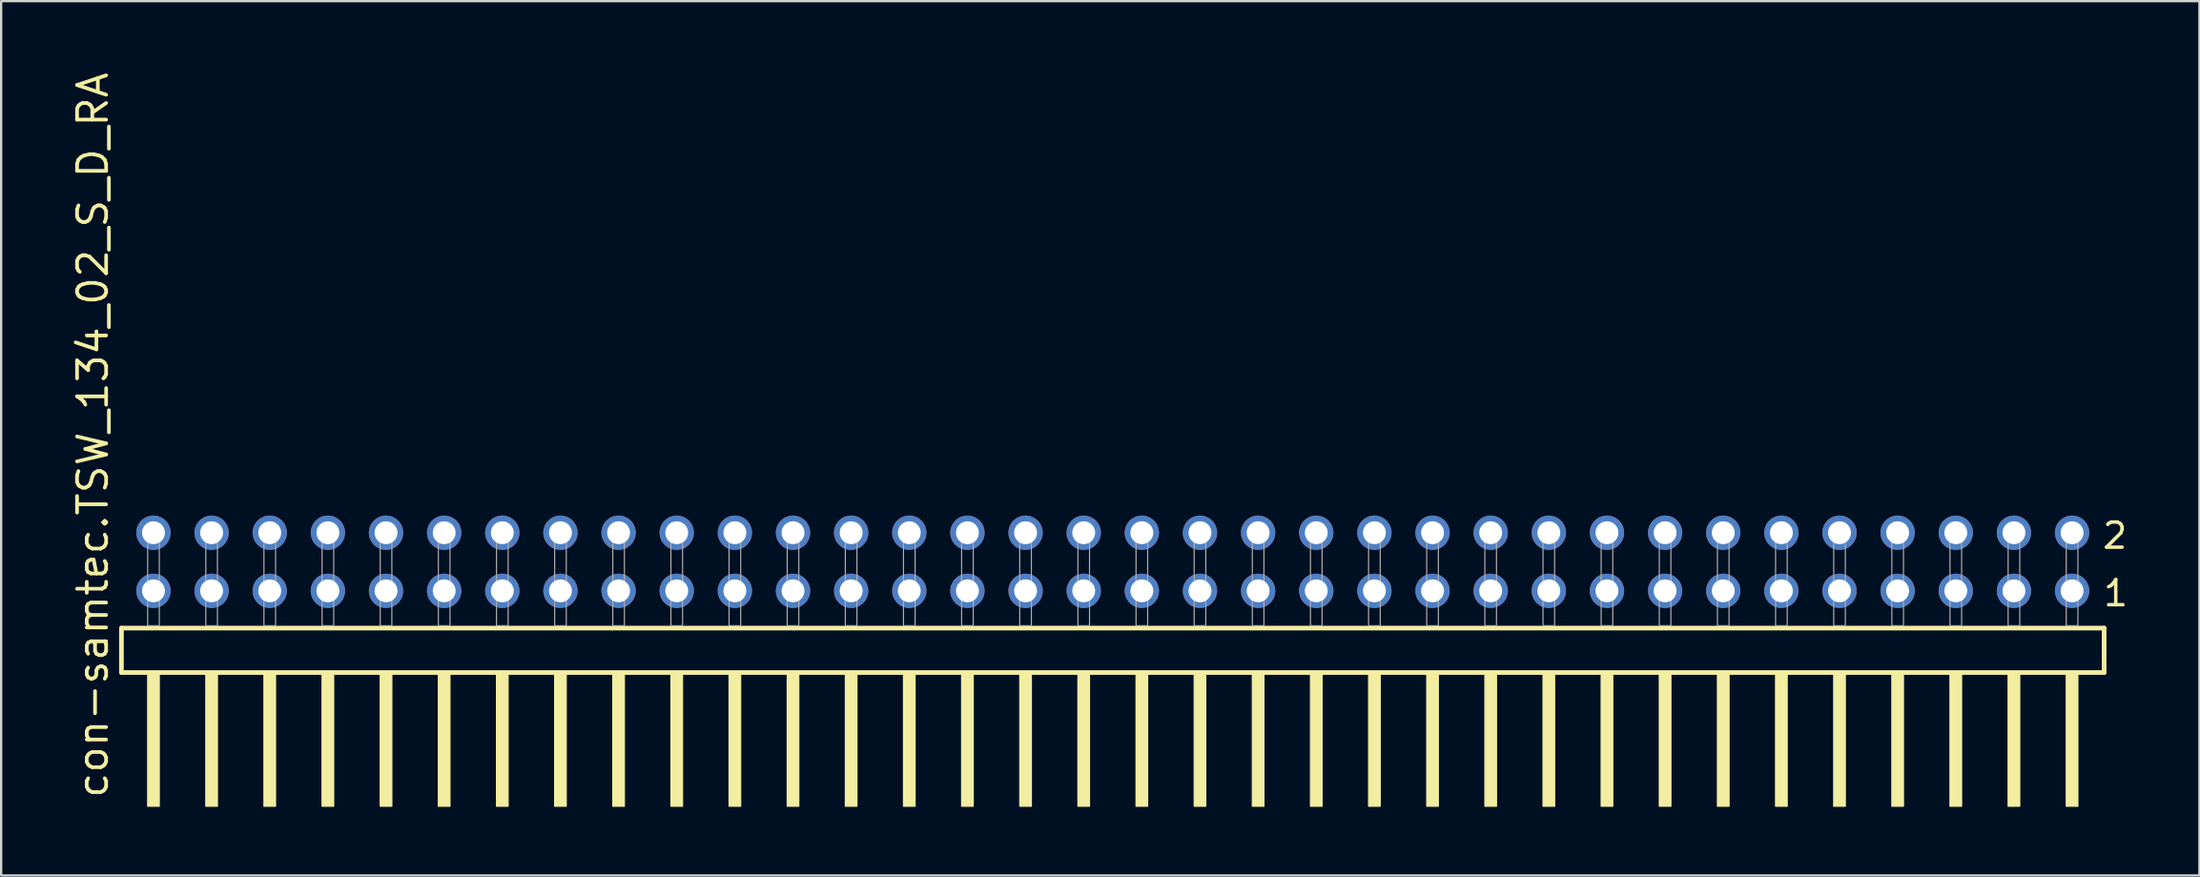
<source format=kicad_pcb>
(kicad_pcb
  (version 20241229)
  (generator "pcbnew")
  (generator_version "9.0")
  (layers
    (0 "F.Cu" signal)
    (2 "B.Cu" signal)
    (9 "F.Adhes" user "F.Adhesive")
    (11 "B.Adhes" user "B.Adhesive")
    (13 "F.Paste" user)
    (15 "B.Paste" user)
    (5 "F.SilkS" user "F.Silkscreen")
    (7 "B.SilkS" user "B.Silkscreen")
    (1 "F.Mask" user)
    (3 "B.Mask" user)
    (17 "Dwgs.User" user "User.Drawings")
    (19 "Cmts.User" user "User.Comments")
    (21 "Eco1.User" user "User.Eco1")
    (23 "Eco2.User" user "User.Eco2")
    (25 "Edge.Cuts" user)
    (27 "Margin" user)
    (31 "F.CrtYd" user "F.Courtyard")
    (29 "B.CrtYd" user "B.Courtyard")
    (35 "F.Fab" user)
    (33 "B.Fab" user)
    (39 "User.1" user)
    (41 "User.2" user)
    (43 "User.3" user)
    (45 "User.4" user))
  (footprint "con-samtec.TSW_134_02_S_D_RA"
    (layer "F.Cu")
    (at 45.565 24.296)
    (property "Reference" "con-samtec.TSW_134_02_S_D_RA" (at -43.815 7.62 90) (layer "F.SilkS") (effects (font (size 1.27 1.27) (thickness 0.16)) (justify left bottom)))
    (attr through_hole)
    (fp_line (start -43.309 0.106) (end -43.309 2.046) (stroke (width 0.203) (type default)) (layer "F.SilkS"))
    (fp_line (start -43.309 2.046) (end 43.309 2.046) (stroke (width 0.203) (type default)) (layer "F.SilkS"))
    (fp_line (start 43.309 0.106) (end -43.309 0.106) (stroke (width 0.203) (type default)) (layer "F.SilkS"))
    (fp_line (start 43.309 2.046) (end 43.309 0.106) (stroke (width 0.203) (type default)) (layer "F.SilkS"))
    (fp_rect (start -42.164 7.89) (end -41.656 2.04) (stroke (width 0.05) (type default)) (fill yes) (layer "F.SilkS"))
    (fp_rect (start -39.624 7.89) (end -39.116 2.04) (stroke (width 0.05) (type default)) (fill yes) (layer "F.SilkS"))
    (fp_rect (start -37.084 7.89) (end -36.576 2.04) (stroke (width 0.05) (type default)) (fill yes) (layer "F.SilkS"))
    (fp_rect (start -34.544 7.89) (end -34.036 2.04) (stroke (width 0.05) (type default)) (fill yes) (layer "F.SilkS"))
    (fp_rect (start -32.004 7.89) (end -31.496 2.04) (stroke (width 0.05) (type default)) (fill yes) (layer "F.SilkS"))
    (fp_rect (start -29.464 7.89) (end -28.956 2.04) (stroke (width 0.05) (type default)) (fill yes) (layer "F.SilkS"))
    (fp_rect (start -26.924 7.89) (end -26.416 2.04) (stroke (width 0.05) (type default)) (fill yes) (layer "F.SilkS"))
    (fp_rect (start -24.384 7.89) (end -23.876 2.04) (stroke (width 0.05) (type default)) (fill yes) (layer "F.SilkS"))
    (fp_rect (start -21.844 7.89) (end -21.336 2.04) (stroke (width 0.05) (type default)) (fill yes) (layer "F.SilkS"))
    (fp_rect (start -19.304 7.89) (end -18.796 2.04) (stroke (width 0.05) (type default)) (fill yes) (layer "F.SilkS"))
    (fp_rect (start -16.764 7.89) (end -16.256 2.04) (stroke (width 0.05) (type default)) (fill yes) (layer "F.SilkS"))
    (fp_rect (start -14.224 7.89) (end -13.716 2.04) (stroke (width 0.05) (type default)) (fill yes) (layer "F.SilkS"))
    (fp_rect (start -11.684 7.89) (end -11.176 2.04) (stroke (width 0.05) (type default)) (fill yes) (layer "F.SilkS"))
    (fp_rect (start -9.144 7.89) (end -8.636 2.04) (stroke (width 0.05) (type default)) (fill yes) (layer "F.SilkS"))
    (fp_rect (start -6.604 7.89) (end -6.096 2.04) (stroke (width 0.05) (type default)) (fill yes) (layer "F.SilkS"))
    (fp_rect (start -4.064 7.89) (end -3.556 2.04) (stroke (width 0.05) (type default)) (fill yes) (layer "F.SilkS"))
    (fp_rect (start -1.524 7.89) (end -1.016 2.04) (stroke (width 0.05) (type default)) (fill yes) (layer "F.SilkS"))
    (fp_rect (start 1.016 7.89) (end 1.524 2.04) (stroke (width 0.05) (type default)) (fill yes) (layer "F.SilkS"))
    (fp_rect (start 3.556 7.89) (end 4.064 2.04) (stroke (width 0.05) (type default)) (fill yes) (layer "F.SilkS"))
    (fp_rect (start 6.096 7.89) (end 6.604 2.04) (stroke (width 0.05) (type default)) (fill yes) (layer "F.SilkS"))
    (fp_rect (start 8.636 7.89) (end 9.144 2.04) (stroke (width 0.05) (type default)) (fill yes) (layer "F.SilkS"))
    (fp_rect (start 11.176 7.89) (end 11.684 2.04) (stroke (width 0.05) (type default)) (fill yes) (layer "F.SilkS"))
    (fp_rect (start 13.716 7.89) (end 14.224 2.04) (stroke (width 0.05) (type default)) (fill yes) (layer "F.SilkS"))
    (fp_rect (start 16.256 7.89) (end 16.764 2.04) (stroke (width 0.05) (type default)) (fill yes) (layer "F.SilkS"))
    (fp_rect (start 18.796 7.89) (end 19.304 2.04) (stroke (width 0.05) (type default)) (fill yes) (layer "F.SilkS"))
    (fp_rect (start 21.336 7.89) (end 21.844 2.04) (stroke (width 0.05) (type default)) (fill yes) (layer "F.SilkS"))
    (fp_rect (start 23.876 7.89) (end 24.384 2.04) (stroke (width 0.05) (type default)) (fill yes) (layer "F.SilkS"))
    (fp_rect (start 26.416 7.89) (end 26.924 2.04) (stroke (width 0.05) (type default)) (fill yes) (layer "F.SilkS"))
    (fp_rect (start 28.956 7.89) (end 29.464 2.04) (stroke (width 0.05) (type default)) (fill yes) (layer "F.SilkS"))
    (fp_rect (start 31.496 7.89) (end 32.004 2.04) (stroke (width 0.05) (type default)) (fill yes) (layer "F.SilkS"))
    (fp_rect (start 34.036 7.89) (end 34.544 2.04) (stroke (width 0.05) (type default)) (fill yes) (layer "F.SilkS"))
    (fp_rect (start 36.576 7.89) (end 37.084 2.04) (stroke (width 0.05) (type default)) (fill yes) (layer "F.SilkS"))
    (fp_rect (start 39.116 7.89) (end 39.624 2.04) (stroke (width 0.05) (type default)) (fill yes) (layer "F.SilkS"))
    (fp_rect (start 41.656 7.89) (end 42.164 2.04) (stroke (width 0.05) (type default)) (fill yes) (layer "F.SilkS"))
    (fp_rect (start -42.164 0) (end -41.656 -4.318) (stroke (width 0.05) (type default)) (fill no) (layer "F.Fab"))
    (fp_rect (start -39.624 0) (end -39.116 -4.318) (stroke (width 0.05) (type default)) (fill no) (layer "F.Fab"))
    (fp_rect (start -37.084 0) (end -36.576 -4.318) (stroke (width 0.05) (type default)) (fill no) (layer "F.Fab"))
    (fp_rect (start -34.544 0) (end -34.036 -4.318) (stroke (width 0.05) (type default)) (fill no) (layer "F.Fab"))
    (fp_rect (start -32.004 0) (end -31.496 -4.318) (stroke (width 0.05) (type default)) (fill no) (layer "F.Fab"))
    (fp_rect (start -29.464 0) (end -28.956 -4.318) (stroke (width 0.05) (type default)) (fill no) (layer "F.Fab"))
    (fp_rect (start -26.924 0) (end -26.416 -4.318) (stroke (width 0.05) (type default)) (fill no) (layer "F.Fab"))
    (fp_rect (start -24.384 0) (end -23.876 -4.318) (stroke (width 0.05) (type default)) (fill no) (layer "F.Fab"))
    (fp_rect (start -21.844 0) (end -21.336 -4.318) (stroke (width 0.05) (type default)) (fill no) (layer "F.Fab"))
    (fp_rect (start -19.304 0) (end -18.796 -4.318) (stroke (width 0.05) (type default)) (fill no) (layer "F.Fab"))
    (fp_rect (start -16.764 0) (end -16.256 -4.318) (stroke (width 0.05) (type default)) (fill no) (layer "F.Fab"))
    (fp_rect (start -14.224 0) (end -13.716 -4.318) (stroke (width 0.05) (type default)) (fill no) (layer "F.Fab"))
    (fp_rect (start -11.684 0) (end -11.176 -4.318) (stroke (width 0.05) (type default)) (fill no) (layer "F.Fab"))
    (fp_rect (start -9.144 0) (end -8.636 -4.318) (stroke (width 0.05) (type default)) (fill no) (layer "F.Fab"))
    (fp_rect (start -6.604 0) (end -6.096 -4.318) (stroke (width 0.05) (type default)) (fill no) (layer "F.Fab"))
    (fp_rect (start -4.064 0) (end -3.556 -4.318) (stroke (width 0.05) (type default)) (fill no) (layer "F.Fab"))
    (fp_rect (start -1.524 0) (end -1.016 -4.318) (stroke (width 0.05) (type default)) (fill no) (layer "F.Fab"))
    (fp_rect (start 1.016 0) (end 1.524 -4.318) (stroke (width 0.05) (type default)) (fill no) (layer "F.Fab"))
    (fp_rect (start 3.556 0) (end 4.064 -4.318) (stroke (width 0.05) (type default)) (fill no) (layer "F.Fab"))
    (fp_rect (start 6.096 0) (end 6.604 -4.318) (stroke (width 0.05) (type default)) (fill no) (layer "F.Fab"))
    (fp_rect (start 8.636 0) (end 9.144 -4.318) (stroke (width 0.05) (type default)) (fill no) (layer "F.Fab"))
    (fp_rect (start 11.176 0) (end 11.684 -4.318) (stroke (width 0.05) (type default)) (fill no) (layer "F.Fab"))
    (fp_rect (start 13.716 0) (end 14.224 -4.318) (stroke (width 0.05) (type default)) (fill no) (layer "F.Fab"))
    (fp_rect (start 16.256 0) (end 16.764 -4.318) (stroke (width 0.05) (type default)) (fill no) (layer "F.Fab"))
    (fp_rect (start 18.796 0) (end 19.304 -4.318) (stroke (width 0.05) (type default)) (fill no) (layer "F.Fab"))
    (fp_rect (start 21.336 0) (end 21.844 -4.318) (stroke (width 0.05) (type default)) (fill no) (layer "F.Fab"))
    (fp_rect (start 23.876 0) (end 24.384 -4.318) (stroke (width 0.05) (type default)) (fill no) (layer "F.Fab"))
    (fp_rect (start 26.416 0) (end 26.924 -4.318) (stroke (width 0.05) (type default)) (fill no) (layer "F.Fab"))
    (fp_rect (start 28.956 0) (end 29.464 -4.318) (stroke (width 0.05) (type default)) (fill no) (layer "F.Fab"))
    (fp_rect (start 31.496 0) (end 32.004 -4.318) (stroke (width 0.05) (type default)) (fill no) (layer "F.Fab"))
    (fp_rect (start 34.036 0) (end 34.544 -4.318) (stroke (width 0.05) (type default)) (fill no) (layer "F.Fab"))
    (fp_rect (start 36.576 0) (end 37.084 -4.318) (stroke (width 0.05) (type default)) (fill no) (layer "F.Fab"))
    (fp_rect (start 39.116 0) (end 39.624 -4.318) (stroke (width 0.05) (type default)) (fill no) (layer "F.Fab"))
    (fp_rect (start 41.656 0) (end 42.164 -4.318) (stroke (width 0.05) (type default)) (fill no) (layer "F.Fab"))
    (fp_text user "1" (at 43.195 -0.775 0) (layer "F.SilkS") (effects (font (size 1.1 1.1) (thickness 0.15)) (justify left bottom)))
    (fp_text user "2" (at 43.16 -3.29 0) (layer "F.SilkS") (effects (font (size 1.1 1.1) (thickness 0.15)) (justify left bottom)))
    (pad "1" thru_hole circle (at 41.91 -1.524 180) (size 1.5 1.5) (drill 1) (layers "*.Cu" "*.Mask"))
    (pad "2" thru_hole circle (at 41.91 -4.064 180) (size 1.5 1.5) (drill 1) (layers "*.Cu" "*.Mask"))
    (pad "3" thru_hole circle (at 39.37 -1.524 180) (size 1.5 1.5) (drill 1) (layers "*.Cu" "*.Mask"))
    (pad "4" thru_hole circle (at 39.37 -4.064 180) (size 1.5 1.5) (drill 1) (layers "*.Cu" "*.Mask"))
    (pad "5" thru_hole circle (at 36.83 -1.524 180) (size 1.5 1.5) (drill 1) (layers "*.Cu" "*.Mask"))
    (pad "6" thru_hole circle (at 36.83 -4.064 180) (size 1.5 1.5) (drill 1) (layers "*.Cu" "*.Mask"))
    (pad "7" thru_hole circle (at 34.29 -1.524 180) (size 1.5 1.5) (drill 1) (layers "*.Cu" "*.Mask"))
    (pad "8" thru_hole circle (at 34.29 -4.064 180) (size 1.5 1.5) (drill 1) (layers "*.Cu" "*.Mask"))
    (pad "9" thru_hole circle (at 31.75 -1.524 180) (size 1.5 1.5) (drill 1) (layers "*.Cu" "*.Mask"))
    (pad "10" thru_hole circle (at 31.75 -4.064 180) (size 1.5 1.5) (drill 1) (layers "*.Cu" "*.Mask"))
    (pad "11" thru_hole circle (at 29.21 -1.524 180) (size 1.5 1.5) (drill 1) (layers "*.Cu" "*.Mask"))
    (pad "12" thru_hole circle (at 29.21 -4.064 180) (size 1.5 1.5) (drill 1) (layers "*.Cu" "*.Mask"))
    (pad "13" thru_hole circle (at 26.67 -1.524 180) (size 1.5 1.5) (drill 1) (layers "*.Cu" "*.Mask"))
    (pad "14" thru_hole circle (at 26.67 -4.064 180) (size 1.5 1.5) (drill 1) (layers "*.Cu" "*.Mask"))
    (pad "15" thru_hole circle (at 24.13 -1.524 180) (size 1.5 1.5) (drill 1) (layers "*.Cu" "*.Mask"))
    (pad "16" thru_hole circle (at 24.13 -4.064 180) (size 1.5 1.5) (drill 1) (layers "*.Cu" "*.Mask"))
    (pad "17" thru_hole circle (at 21.59 -1.524 180) (size 1.5 1.5) (drill 1) (layers "*.Cu" "*.Mask"))
    (pad "18" thru_hole circle (at 21.59 -4.064 180) (size 1.5 1.5) (drill 1) (layers "*.Cu" "*.Mask"))
    (pad "19" thru_hole circle (at 19.05 -1.524 180) (size 1.5 1.5) (drill 1) (layers "*.Cu" "*.Mask"))
    (pad "20" thru_hole circle (at 19.05 -4.064 180) (size 1.5 1.5) (drill 1) (layers "*.Cu" "*.Mask"))
    (pad "21" thru_hole circle (at 16.51 -1.524 180) (size 1.5 1.5) (drill 1) (layers "*.Cu" "*.Mask"))
    (pad "22" thru_hole circle (at 16.51 -4.064 180) (size 1.5 1.5) (drill 1) (layers "*.Cu" "*.Mask"))
    (pad "23" thru_hole circle (at 13.97 -1.524 180) (size 1.5 1.5) (drill 1) (layers "*.Cu" "*.Mask"))
    (pad "24" thru_hole circle (at 13.97 -4.064 180) (size 1.5 1.5) (drill 1) (layers "*.Cu" "*.Mask"))
    (pad "25" thru_hole circle (at 11.43 -1.524 180) (size 1.5 1.5) (drill 1) (layers "*.Cu" "*.Mask"))
    (pad "26" thru_hole circle (at 11.43 -4.064 180) (size 1.5 1.5) (drill 1) (layers "*.Cu" "*.Mask"))
    (pad "27" thru_hole circle (at 8.89 -1.524 180) (size 1.5 1.5) (drill 1) (layers "*.Cu" "*.Mask"))
    (pad "28" thru_hole circle (at 8.89 -4.064 180) (size 1.5 1.5) (drill 1) (layers "*.Cu" "*.Mask"))
    (pad "29" thru_hole circle (at 6.35 -1.524 180) (size 1.5 1.5) (drill 1) (layers "*.Cu" "*.Mask"))
    (pad "30" thru_hole circle (at 6.35 -4.064 180) (size 1.5 1.5) (drill 1) (layers "*.Cu" "*.Mask"))
    (pad "31" thru_hole circle (at 3.81 -1.524 180) (size 1.5 1.5) (drill 1) (layers "*.Cu" "*.Mask"))
    (pad "32" thru_hole circle (at 3.81 -4.064 180) (size 1.5 1.5) (drill 1) (layers "*.Cu" "*.Mask"))
    (pad "33" thru_hole circle (at 1.27 -1.524 180) (size 1.5 1.5) (drill 1) (layers "*.Cu" "*.Mask"))
    (pad "34" thru_hole circle (at 1.27 -4.064 180) (size 1.5 1.5) (drill 1) (layers "*.Cu" "*.Mask"))
    (pad "35" thru_hole circle (at -1.27 -1.524 180) (size 1.5 1.5) (drill 1) (layers "*.Cu" "*.Mask"))
    (pad "36" thru_hole circle (at -1.27 -4.064 180) (size 1.5 1.5) (drill 1) (layers "*.Cu" "*.Mask"))
    (pad "37" thru_hole circle (at -3.81 -1.524 180) (size 1.5 1.5) (drill 1) (layers "*.Cu" "*.Mask"))
    (pad "38" thru_hole circle (at -3.81 -4.064 180) (size 1.5 1.5) (drill 1) (layers "*.Cu" "*.Mask"))
    (pad "39" thru_hole circle (at -6.35 -1.524 180) (size 1.5 1.5) (drill 1) (layers "*.Cu" "*.Mask"))
    (pad "40" thru_hole circle (at -6.35 -4.064 180) (size 1.5 1.5) (drill 1) (layers "*.Cu" "*.Mask"))
    (pad "41" thru_hole circle (at -8.89 -1.524 180) (size 1.5 1.5) (drill 1) (layers "*.Cu" "*.Mask"))
    (pad "42" thru_hole circle (at -8.89 -4.064 180) (size 1.5 1.5) (drill 1) (layers "*.Cu" "*.Mask"))
    (pad "43" thru_hole circle (at -11.43 -1.524 180) (size 1.5 1.5) (drill 1) (layers "*.Cu" "*.Mask"))
    (pad "44" thru_hole circle (at -11.43 -4.064 180) (size 1.5 1.5) (drill 1) (layers "*.Cu" "*.Mask"))
    (pad "45" thru_hole circle (at -13.97 -1.524 180) (size 1.5 1.5) (drill 1) (layers "*.Cu" "*.Mask"))
    (pad "46" thru_hole circle (at -13.97 -4.064 180) (size 1.5 1.5) (drill 1) (layers "*.Cu" "*.Mask"))
    (pad "47" thru_hole circle (at -16.51 -1.524 180) (size 1.5 1.5) (drill 1) (layers "*.Cu" "*.Mask"))
    (pad "48" thru_hole circle (at -16.51 -4.064 180) (size 1.5 1.5) (drill 1) (layers "*.Cu" "*.Mask"))
    (pad "49" thru_hole circle (at -19.05 -1.524 180) (size 1.5 1.5) (drill 1) (layers "*.Cu" "*.Mask"))
    (pad "50" thru_hole circle (at -19.05 -4.064 180) (size 1.5 1.5) (drill 1) (layers "*.Cu" "*.Mask"))
    (pad "51" thru_hole circle (at -21.59 -1.524 180) (size 1.5 1.5) (drill 1) (layers "*.Cu" "*.Mask"))
    (pad "52" thru_hole circle (at -21.59 -4.064 180) (size 1.5 1.5) (drill 1) (layers "*.Cu" "*.Mask"))
    (pad "53" thru_hole circle (at -24.13 -1.524 180) (size 1.5 1.5) (drill 1) (layers "*.Cu" "*.Mask"))
    (pad "54" thru_hole circle (at -24.13 -4.064 180) (size 1.5 1.5) (drill 1) (layers "*.Cu" "*.Mask"))
    (pad "55" thru_hole circle (at -26.67 -1.524 180) (size 1.5 1.5) (drill 1) (layers "*.Cu" "*.Mask"))
    (pad "56" thru_hole circle (at -26.67 -4.064 180) (size 1.5 1.5) (drill 1) (layers "*.Cu" "*.Mask"))
    (pad "57" thru_hole circle (at -29.21 -1.524 180) (size 1.5 1.5) (drill 1) (layers "*.Cu" "*.Mask"))
    (pad "58" thru_hole circle (at -29.21 -4.064 180) (size 1.5 1.5) (drill 1) (layers "*.Cu" "*.Mask"))
    (pad "59" thru_hole circle (at -31.75 -1.524 180) (size 1.5 1.5) (drill 1) (layers "*.Cu" "*.Mask"))
    (pad "60" thru_hole circle (at -31.75 -4.064 180) (size 1.5 1.5) (drill 1) (layers "*.Cu" "*.Mask"))
    (pad "61" thru_hole circle (at -34.29 -1.524 180) (size 1.5 1.5) (drill 1) (layers "*.Cu" "*.Mask"))
    (pad "62" thru_hole circle (at -34.29 -4.064 180) (size 1.5 1.5) (drill 1) (layers "*.Cu" "*.Mask"))
    (pad "63" thru_hole circle (at -36.83 -1.524 180) (size 1.5 1.5) (drill 1) (layers "*.Cu" "*.Mask"))
    (pad "64" thru_hole circle (at -36.83 -4.064 180) (size 1.5 1.5) (drill 1) (layers "*.Cu" "*.Mask"))
    (pad "65" thru_hole circle (at -39.37 -1.524 180) (size 1.5 1.5) (drill 1) (layers "*.Cu" "*.Mask"))
    (pad "66" thru_hole circle (at -39.37 -4.064 180) (size 1.5 1.5) (drill 1) (layers "*.Cu" "*.Mask"))
    (pad "67" thru_hole circle (at -41.91 -1.524 180) (size 1.5 1.5) (drill 1) (layers "*.Cu" "*.Mask"))
    (pad "68" thru_hole circle (at -41.91 -4.064 180) (size 1.5 1.5) (drill 1) (layers "*.Cu" "*.Mask")))
  (gr_rect
    (start -3 -3)
    (end 93.038 35.211)
    (stroke (width 0.1) (type default))
    (fill no)
    (layer "Edge.Cuts")))
</source>
